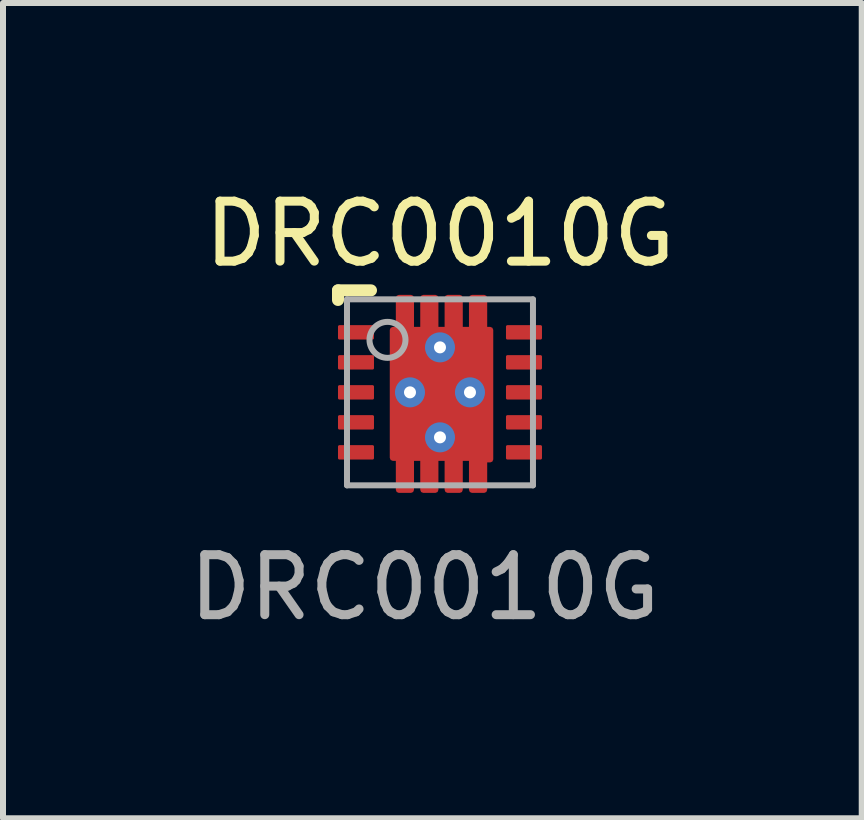
<source format=kicad_pcb>
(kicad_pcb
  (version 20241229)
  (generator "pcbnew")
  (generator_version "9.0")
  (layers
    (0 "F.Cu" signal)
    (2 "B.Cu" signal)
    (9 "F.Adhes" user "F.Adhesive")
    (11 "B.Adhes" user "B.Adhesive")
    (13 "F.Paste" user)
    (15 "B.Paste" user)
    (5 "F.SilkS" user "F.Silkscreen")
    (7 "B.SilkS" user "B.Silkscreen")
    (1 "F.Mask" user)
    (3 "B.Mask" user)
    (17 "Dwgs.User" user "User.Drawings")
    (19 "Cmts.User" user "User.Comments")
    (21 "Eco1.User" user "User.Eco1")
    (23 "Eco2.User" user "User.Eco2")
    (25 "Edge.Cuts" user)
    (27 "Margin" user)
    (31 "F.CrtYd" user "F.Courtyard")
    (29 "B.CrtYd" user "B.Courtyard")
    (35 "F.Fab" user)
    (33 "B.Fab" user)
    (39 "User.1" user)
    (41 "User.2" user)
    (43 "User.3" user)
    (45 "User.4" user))
  (footprint "DRC0010G"
    (layer "F.Cu")
    (at 4.284 3.49)
    (property "Reference" "DRC0010G" (at 0 -2.642 0) (unlocked yes) (layer "F.SilkS") (effects (font (size 1 1) (thickness 0.15))))
    (attr smd)
    (fp_line (start -1.7 -1.7) (end -1.15 -1.7) (stroke (width 0.2) (type solid)) (layer "F.SilkS"))
    (fp_line (start -1.7 -1.54) (end -1.7 -1.7) (stroke (width 0.2) (type solid)) (layer "F.SilkS"))
    (fp_line (start -1.55 -1.55) (end 1.55 -1.55) (stroke (width 0.1) (type solid)) (layer "F.Fab"))
    (fp_line (start -1.55 1.55) (end -1.55 -1.55) (stroke (width 0.1) (type solid)) (layer "F.Fab"))
    (fp_line (start -1.55 1.55) (end 1.55 1.55) (stroke (width 0.1) (type solid)) (layer "F.Fab"))
    (fp_line (start 1.55 1.55) (end 1.55 -1.55) (stroke (width 0.1) (type solid)) (layer "F.Fab"))
    (fp_circle (center -0.875 -0.875) (end -0.575 -0.875) (stroke (width 0.1) (type solid)) (fill no) (layer "F.Fab"))
    (fp_text user "${REFERENCE}" (at -0.254 3.251 0) (unlocked yes) (layer "F.Fab") (effects (font (size 1 1) (thickness 0.15))))
    (pad "1" smd roundrect (at -1.4 -1) (size 0.6 0.24) (layers "F.Cu" "F.Mask" "F.Paste") (roundrect_rratio 0.1))
    (pad "2" smd roundrect (at -1.4 -0.5) (size 0.6 0.24) (layers "F.Cu" "F.Mask" "F.Paste") (roundrect_rratio 0.1))
    (pad "3" smd roundrect (at -1.4 0) (size 0.6 0.24) (layers "F.Cu" "F.Mask" "F.Paste") (roundrect_rratio 0.1))
    (pad "4" smd roundrect (at -1.4 0.5) (size 0.6 0.24) (layers "F.Cu" "F.Mask" "F.Paste") (roundrect_rratio 0.1))
    (pad "5" smd roundrect (at -1.4 1) (size 0.6 0.24) (layers "F.Cu" "F.Mask" "F.Paste") (roundrect_rratio 0.1))
    (pad "6" smd roundrect (at 1.4 1 180) (size 0.6 0.24) (layers "F.Cu" "F.Mask" "F.Paste") (roundrect_rratio 0.1))
    (pad "7" smd roundrect (at 1.4 0.5 180) (size 0.6 0.24) (layers "F.Cu" "F.Mask" "F.Paste") (roundrect_rratio 0.1))
    (pad "8" smd roundrect (at 1.4 0 180) (size 0.6 0.24) (layers "F.Cu" "F.Mask" "F.Paste") (roundrect_rratio 0.1))
    (pad "9" smd roundrect (at 1.4 -0.5) (size 0.6 0.24) (layers "F.Cu" "F.Mask" "F.Paste") (roundrect_rratio 0.1))
    (pad "10" smd roundrect (at 1.4 -1) (size 0.6 0.24) (layers "F.Cu" "F.Mask" "F.Paste") (roundrect_rratio 0.1))
    (pad "11" smd custom (at 0 0) (size 0.24 0.24) (layers "F.Cu" "F.Mask" "F.Paste") (options (anchor circle)) (primitives (gr_poly (pts (xy -0.3 -0.096) (xy -0.298 -0.105) (xy -0.293 -0.113) (xy -0.285 -0.118) (xy -0.276 -0.12) (xy 0.276 -0.12) (xy 0.285 -0.118) (xy 0.293 -0.113) (xy 0.298 -0.105) (xy 0.3 -0.096) (xy 0.3 0.096) (xy 0.298 0.105) (xy 0.293 0.113) (xy 0.285 0.118) (xy 0.276 0.12) (xy -0.276 0.12) (xy -0.285 0.118) (xy -0.293 0.113) (xy -0.298 0.105) (xy -0.3 0.096)) (width 0) (fill yes)) (gr_poly (pts (xy -0.787 -1.041) (xy -0.686 -1.041) (xy -0.686 -1.575) (xy -0.483 -1.575) (xy -0.483 -1.041) (xy -0.279 -1.041) (xy -0.279 -1.575) (xy -0.076 -1.575) (xy -0.076 -1.041) (xy 0.127 -1.041) (xy 0.127 -1.575) (xy 0.33 -1.575) (xy 0.33 -1.041) (xy 0.533 -1.041) (xy 0.533 -1.575) (xy 0.737 -1.575) (xy 0.737 -1.041) (xy 0.838 -1.041) (xy 0.838 1.118) (xy 0.737 1.118) (xy 0.737 1.626) (xy 0.533 1.626) (xy 0.533 1.092) (xy 0.33 1.092) (xy 0.33 1.626) (xy 0.127 1.626) (xy 0.127 1.092) (xy -0.076 1.092) (xy -0.076 1.626) (xy -0.279 1.626) (xy -0.279 1.092) (xy -0.483 1.092) (xy -0.483 1.626) (xy -0.686 1.626) (xy -0.686 1.092) (xy -0.787 1.092)) (width 0.1) (fill yes))))
    (pad "V" thru_hole circle (at -0.5 0) (size 0.5 0.5) (drill 0.2) (layers "*.Cu" "*.Mask"))
    (pad "V" thru_hole circle (at 0 -0.75) (size 0.5 0.5) (drill 0.2) (layers "*.Cu" "*.Mask"))
    (pad "V" thru_hole circle (at 0 0.75) (size 0.5 0.5) (drill 0.2) (layers "*.Cu" "*.Mask"))
    (pad "V" thru_hole circle (at 0.5 0) (size 0.5 0.5) (drill 0.2) (layers "*.Cu" "*.Mask")))
  (gr_rect
    (start -3 -3)
    (end 11.314 10.589)
    (stroke (width 0.1) (type default))
    (fill no)
    (layer "Edge.Cuts")))
</source>
